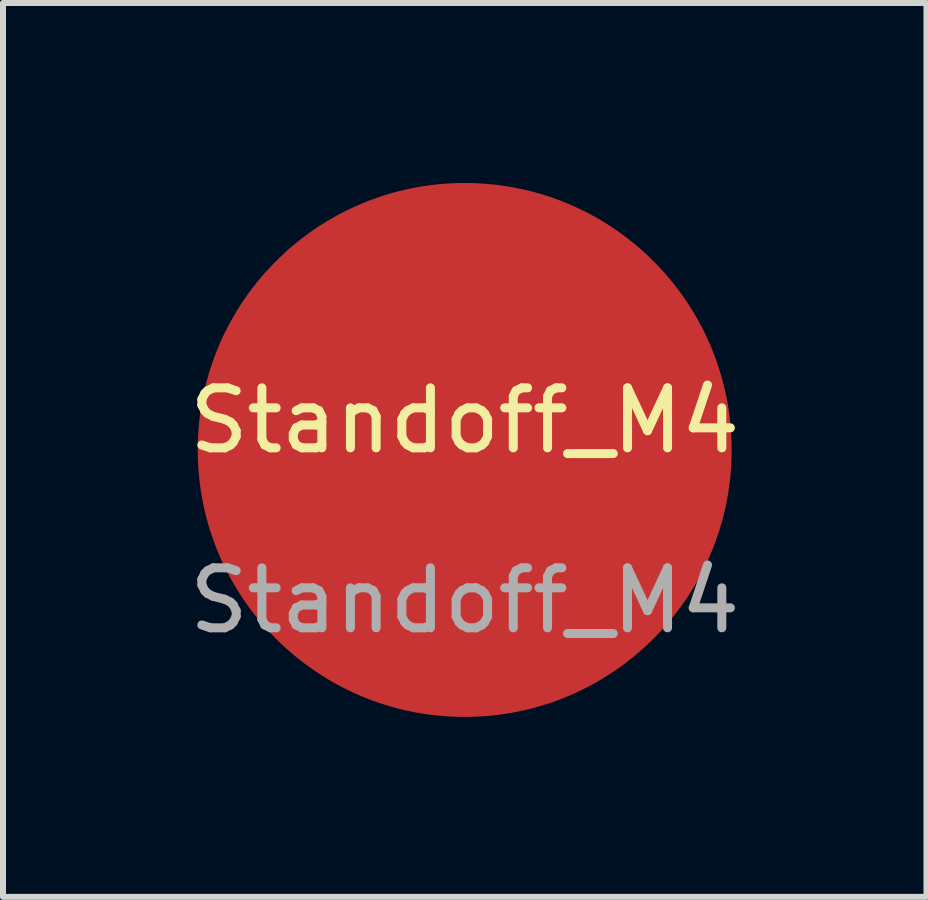
<source format=kicad_pcb>
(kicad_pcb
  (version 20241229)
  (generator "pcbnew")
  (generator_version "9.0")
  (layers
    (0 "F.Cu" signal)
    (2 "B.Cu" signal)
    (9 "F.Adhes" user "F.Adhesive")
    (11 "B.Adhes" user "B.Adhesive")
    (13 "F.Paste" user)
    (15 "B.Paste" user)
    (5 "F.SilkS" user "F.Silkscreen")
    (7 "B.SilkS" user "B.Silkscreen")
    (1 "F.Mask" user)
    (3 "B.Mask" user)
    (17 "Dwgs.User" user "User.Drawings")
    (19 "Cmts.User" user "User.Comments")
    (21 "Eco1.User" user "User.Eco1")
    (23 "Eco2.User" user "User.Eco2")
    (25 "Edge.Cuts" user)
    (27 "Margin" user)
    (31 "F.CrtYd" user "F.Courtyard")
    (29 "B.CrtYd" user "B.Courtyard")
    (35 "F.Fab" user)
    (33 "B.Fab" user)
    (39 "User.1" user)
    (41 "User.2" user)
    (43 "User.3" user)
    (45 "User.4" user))
  (footprint "Standoff_M4"
    (layer "F.Cu")
    (at 4.696 4.46)
    (property "Reference" "Standoff_M4" (at 0 -0.5 0) (unlocked yes) (layer "F.SilkS") (effects (font (size 1 1) (thickness 0.15))))
    (attr smd)
    (fp_text user "${REFERENCE}" (at 0 2.5 0) (unlocked yes) (layer "F.Fab") (effects (font (size 1 1) (thickness 0.15))))
    (pad "1" smd circle (at 0 -0.01) (size 8.9 8.9) (layers "F.Cu" "F.Mask" "F.Paste")))
  (gr_rect
    (start -3 -3)
    (end 12.393 11.9)
    (stroke (width 0.1) (type default))
    (fill no)
    (layer "Edge.Cuts")))
</source>
